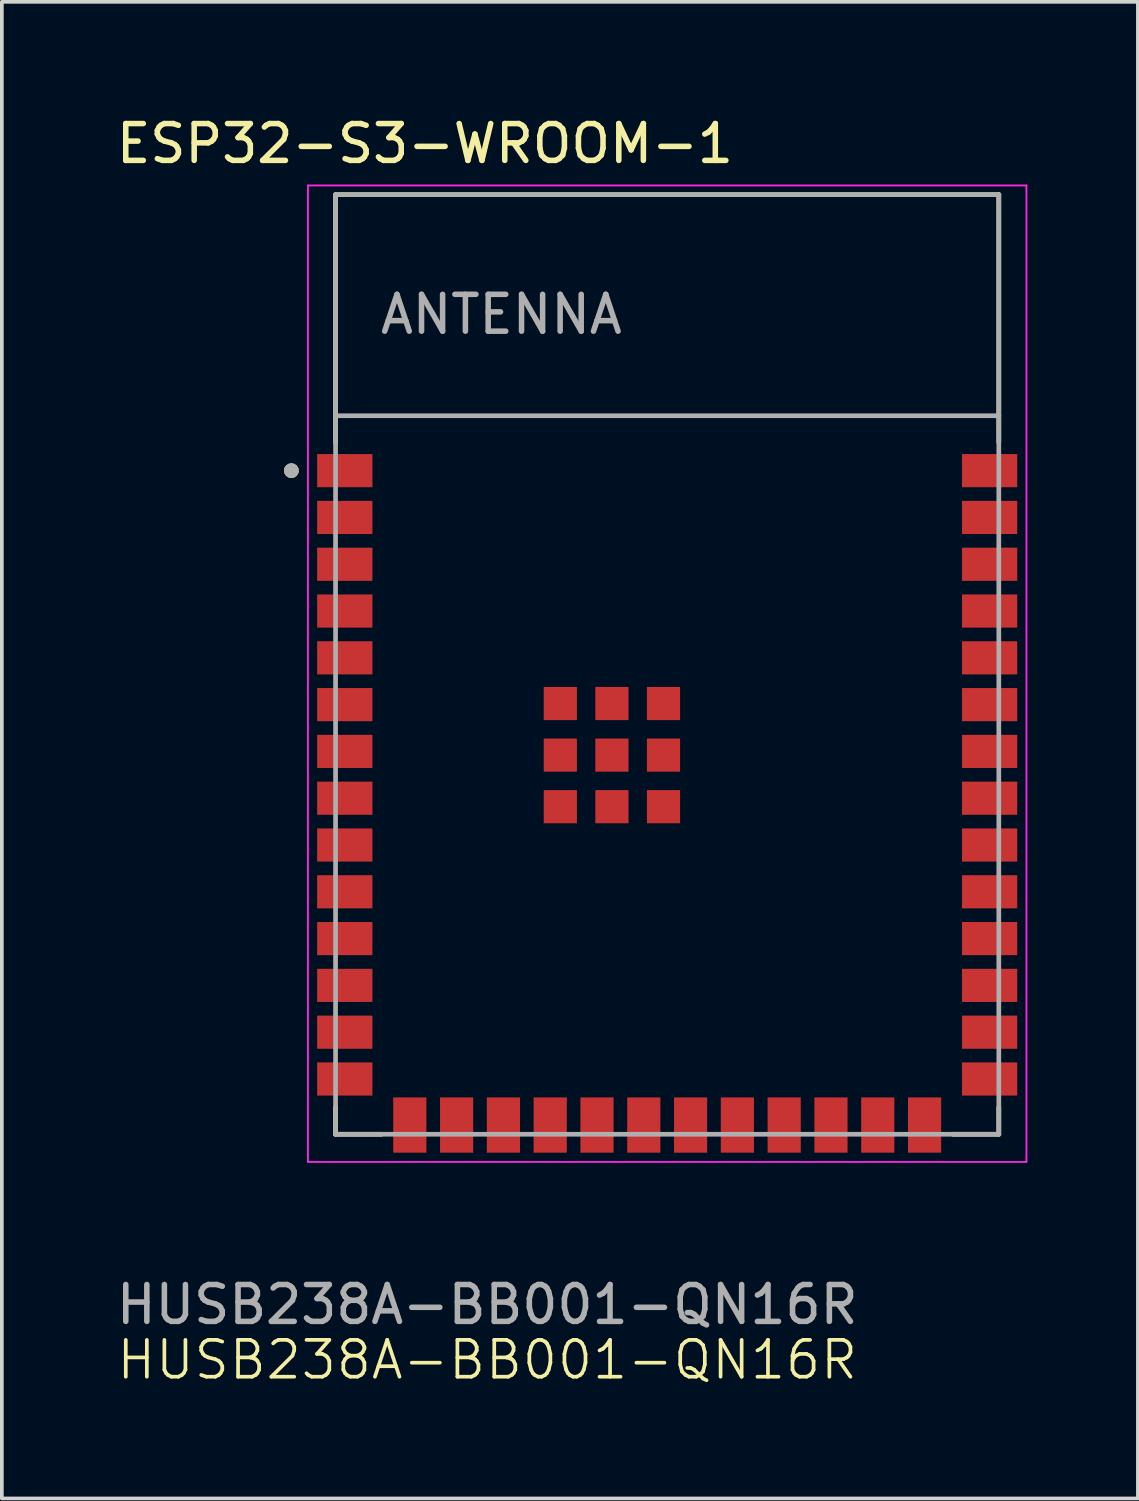
<source format=kicad_pcb>
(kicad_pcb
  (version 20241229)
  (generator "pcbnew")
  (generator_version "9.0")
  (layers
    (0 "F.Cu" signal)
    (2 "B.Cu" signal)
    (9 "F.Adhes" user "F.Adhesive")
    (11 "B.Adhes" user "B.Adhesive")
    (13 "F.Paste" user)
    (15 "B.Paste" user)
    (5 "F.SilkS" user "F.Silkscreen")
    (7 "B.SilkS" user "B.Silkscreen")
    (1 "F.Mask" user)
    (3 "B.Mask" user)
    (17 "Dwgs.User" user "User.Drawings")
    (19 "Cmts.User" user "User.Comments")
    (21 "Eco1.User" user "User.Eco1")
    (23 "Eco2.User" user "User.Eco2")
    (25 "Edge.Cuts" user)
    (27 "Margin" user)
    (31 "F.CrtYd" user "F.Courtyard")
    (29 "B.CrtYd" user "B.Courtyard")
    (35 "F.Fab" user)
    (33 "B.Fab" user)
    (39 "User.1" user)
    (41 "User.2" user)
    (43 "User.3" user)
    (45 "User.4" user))
  (footprint "ESP32-S3-WROOM-1"
    (layer "F.Cu")
    (at 15.057 14.983)
    (property "Reference" "ESP32-S3-WROOM-1" (at -6.575 -14.135 0) (layer "F.SilkS") (effects (font (size 1 1) (thickness 0.15))))
    (attr smd)
    (fp_line (start -9 -12.75) (end 9 -12.75) (stroke (width 0.127) (type solid)) (layer "F.SilkS"))
    (fp_line (start -9 -6.03) (end -9 -12.75) (stroke (width 0.127) (type solid)) (layer "F.SilkS"))
    (fp_line (start -9 12.02) (end -9 12.75) (stroke (width 0.127) (type solid)) (layer "F.SilkS"))
    (fp_line (start -9 12.75) (end -7.755 12.75) (stroke (width 0.127) (type solid)) (layer "F.SilkS"))
    (fp_line (start 9 -12.75) (end 9 -6.03) (stroke (width 0.127) (type solid)) (layer "F.SilkS"))
    (fp_line (start 9 12.02) (end 9 12.75) (stroke (width 0.127) (type solid)) (layer "F.SilkS"))
    (fp_line (start 9 12.75) (end 7.755 12.75) (stroke (width 0.127) (type solid)) (layer "F.SilkS"))
    (fp_circle (center -10.2 -5.26) (end -10.1 -5.26) (stroke (width 0.2) (type solid)) (fill no) (layer "F.SilkS"))
    (fp_line (start -9.75 -13) (end 9.75 -13) (stroke (width 0.05) (type solid)) (layer "F.CrtYd"))
    (fp_line (start -9.75 13.5) (end -9.75 -13) (stroke (width 0.05) (type solid)) (layer "F.CrtYd"))
    (fp_line (start -9.75 13.5) (end 9.75 13.5) (stroke (width 0.05) (type solid)) (layer "F.CrtYd"))
    (fp_line (start 9.75 -13) (end 9.75 13.5) (stroke (width 0.05) (type solid)) (layer "F.CrtYd"))
    (fp_line (start -9 -12.75) (end 9 -12.75) (stroke (width 0.127) (type solid)) (layer "F.Fab"))
    (fp_line (start -9 -6.75) (end -9 -12.75) (stroke (width 0.127) (type solid)) (layer "F.Fab"))
    (fp_line (start -9 -6.75) (end 9 -6.75) (stroke (width 0.127) (type solid)) (layer "F.Fab"))
    (fp_line (start -9 12.75) (end -9 -6.75) (stroke (width 0.127) (type solid)) (layer "F.Fab"))
    (fp_line (start 9 -12.75) (end 9 -6.75) (stroke (width 0.127) (type solid)) (layer "F.Fab"))
    (fp_line (start 9 -6.75) (end 9 12.75) (stroke (width 0.127) (type solid)) (layer "F.Fab"))
    (fp_line (start 9 12.75) (end -9 12.75) (stroke (width 0.127) (type solid)) (layer "F.Fab"))
    (fp_circle (center -10.2 -5.26) (end -10.1 -5.26) (stroke (width 0.2) (type solid)) (fill no) (layer "F.Fab"))
    (fp_text user "ANTENNA" (at -4.5 -9.5 0) (layer "F.Fab") (effects (font (size 1 1) (thickness 0.15))))
    (pad "1" smd rect (at -8.75 -5.26) (size 1.5 0.9) (layers "F.Cu" "F.Mask" "F.Paste"))
    (pad "2" smd rect (at -8.75 -3.99) (size 1.5 0.9) (layers "F.Cu" "F.Mask" "F.Paste"))
    (pad "3" smd rect (at -8.75 -2.72) (size 1.5 0.9) (layers "F.Cu" "F.Mask" "F.Paste"))
    (pad "4" smd rect (at -8.75 -1.45) (size 1.5 0.9) (layers "F.Cu" "F.Mask" "F.Paste"))
    (pad "5" smd rect (at -8.75 -0.18) (size 1.5 0.9) (layers "F.Cu" "F.Mask" "F.Paste"))
    (pad "6" smd rect (at -8.75 1.09) (size 1.5 0.9) (layers "F.Cu" "F.Mask" "F.Paste"))
    (pad "7" smd rect (at -8.75 2.36) (size 1.5 0.9) (layers "F.Cu" "F.Mask" "F.Paste"))
    (pad "8" smd rect (at -8.75 3.63) (size 1.5 0.9) (layers "F.Cu" "F.Mask" "F.Paste"))
    (pad "9" smd rect (at -8.75 4.9) (size 1.5 0.9) (layers "F.Cu" "F.Mask" "F.Paste"))
    (pad "10" smd rect (at -8.75 6.17) (size 1.5 0.9) (layers "F.Cu" "F.Mask" "F.Paste"))
    (pad "11" smd rect (at -8.75 7.44) (size 1.5 0.9) (layers "F.Cu" "F.Mask" "F.Paste"))
    (pad "12" smd rect (at -8.75 8.71) (size 1.5 0.9) (layers "F.Cu" "F.Mask" "F.Paste"))
    (pad "13" smd rect (at -8.75 9.98) (size 1.5 0.9) (layers "F.Cu" "F.Mask" "F.Paste"))
    (pad "14" smd rect (at -8.75 11.25) (size 1.5 0.9) (layers "F.Cu" "F.Mask" "F.Paste"))
    (pad "15" smd rect (at -6.985 12.5) (size 0.9 1.5) (layers "F.Cu" "F.Mask" "F.Paste"))
    (pad "16" smd rect (at -5.715 12.5) (size 0.9 1.5) (layers "F.Cu" "F.Mask" "F.Paste"))
    (pad "17" smd rect (at -4.445 12.5) (size 0.9 1.5) (layers "F.Cu" "F.Mask" "F.Paste"))
    (pad "18" smd rect (at -3.175 12.5) (size 0.9 1.5) (layers "F.Cu" "F.Mask" "F.Paste"))
    (pad "19" smd rect (at -1.905 12.5) (size 0.9 1.5) (layers "F.Cu" "F.Mask" "F.Paste"))
    (pad "20" smd rect (at -0.635 12.5) (size 0.9 1.5) (layers "F.Cu" "F.Mask" "F.Paste"))
    (pad "21" smd rect (at 0.635 12.5) (size 0.9 1.5) (layers "F.Cu" "F.Mask" "F.Paste"))
    (pad "22" smd rect (at 1.905 12.5) (size 0.9 1.5) (layers "F.Cu" "F.Mask" "F.Paste"))
    (pad "23" smd rect (at 3.175 12.5) (size 0.9 1.5) (layers "F.Cu" "F.Mask" "F.Paste"))
    (pad "24" smd rect (at 4.445 12.5) (size 0.9 1.5) (layers "F.Cu" "F.Mask" "F.Paste"))
    (pad "25" smd rect (at 5.715 12.5) (size 0.9 1.5) (layers "F.Cu" "F.Mask" "F.Paste"))
    (pad "26" smd rect (at 6.985 12.5) (size 0.9 1.5) (layers "F.Cu" "F.Mask" "F.Paste"))
    (pad "27" smd rect (at 8.75 11.25) (size 1.5 0.9) (layers "F.Cu" "F.Mask" "F.Paste"))
    (pad "28" smd rect (at 8.75 9.98) (size 1.5 0.9) (layers "F.Cu" "F.Mask" "F.Paste"))
    (pad "29" smd rect (at 8.75 8.71) (size 1.5 0.9) (layers "F.Cu" "F.Mask" "F.Paste"))
    (pad "30" smd rect (at 8.75 7.44) (size 1.5 0.9) (layers "F.Cu" "F.Mask" "F.Paste"))
    (pad "31" smd rect (at 8.75 6.17) (size 1.5 0.9) (layers "F.Cu" "F.Mask" "F.Paste"))
    (pad "32" smd rect (at 8.75 4.9) (size 1.5 0.9) (layers "F.Cu" "F.Mask" "F.Paste"))
    (pad "33" smd rect (at 8.75 3.63) (size 1.5 0.9) (layers "F.Cu" "F.Mask" "F.Paste"))
    (pad "34" smd rect (at 8.75 2.36) (size 1.5 0.9) (layers "F.Cu" "F.Mask" "F.Paste"))
    (pad "35" smd rect (at 8.75 1.09) (size 1.5 0.9) (layers "F.Cu" "F.Mask" "F.Paste"))
    (pad "36" smd rect (at 8.75 -0.18) (size 1.5 0.9) (layers "F.Cu" "F.Mask" "F.Paste"))
    (pad "37" smd rect (at 8.75 -1.45) (size 1.5 0.9) (layers "F.Cu" "F.Mask" "F.Paste"))
    (pad "38" smd rect (at 8.75 -2.72) (size 1.5 0.9) (layers "F.Cu" "F.Mask" "F.Paste"))
    (pad "39" smd rect (at 8.75 -3.99) (size 1.5 0.9) (layers "F.Cu" "F.Mask" "F.Paste"))
    (pad "40" smd rect (at 8.75 -5.26) (size 1.5 0.9) (layers "F.Cu" "F.Mask" "F.Paste"))
    (pad "41_1" smd rect (at -1.5 2.46) (size 0.9 0.9) (layers "F.Cu" "F.Mask" "F.Paste"))
    (pad "41_2" smd rect (at -2.9 2.46) (size 0.9 0.9) (layers "F.Cu" "F.Mask" "F.Paste"))
    (pad "41_3" smd rect (at -0.1 2.46) (size 0.9 0.9) (layers "F.Cu" "F.Mask" "F.Paste"))
    (pad "41_4" smd rect (at -2.9 3.86) (size 0.9 0.9) (layers "F.Cu" "F.Mask" "F.Paste"))
    (pad "41_5" smd rect (at -1.5 3.86) (size 0.9 0.9) (layers "F.Cu" "F.Mask" "F.Paste"))
    (pad "41_6" smd rect (at -0.1 3.86) (size 0.9 0.9) (layers "F.Cu" "F.Mask" "F.Paste"))
    (pad "41_7" smd rect (at -2.9 1.06) (size 0.9 0.9) (layers "F.Cu" "F.Mask" "F.Paste"))
    (pad "41_8" smd rect (at -1.5 1.06) (size 0.9 0.9) (layers "F.Cu" "F.Mask" "F.Paste"))
    (pad "41_9" smd rect (at -0.1 1.06) (size 0.9 0.9) (layers "F.Cu" "F.Mask" "F.Paste"))
    (zone (net_name "") (layer "F.Cu") (hatch full 0.508) (connect_pads) (min_thickness 0.01) (filled_areas_thickness no) (keepout (tracks not_allowed) (vias not_allowed) (pads not_allowed) (copperpour not_allowed) (footprints allowed)) (placement (enabled no)) (fill) (polygon (pts (xy 6.057 2.233) (xy 24.057 2.233) (xy 24.057 8.233) (xy 6.057 8.233))))
    (zone (net_name "") (layers "F.Cu" "B.Cu") (hatch full 0.508) (connect_pads) (min_thickness 0.01) (filled_areas_thickness no) (keepout (tracks allowed) (vias not_allowed) (pads allowed) (copperpour allowed) (footprints allowed)) (placement (enabled no)) (fill) (polygon (pts (xy 6.057 2.233) (xy 24.057 2.233) (xy 24.057 8.233) (xy 6.057 8.233))))
    (zone (net_name "") (layer "B.Cu") (hatch full 0.508) (connect_pads) (min_thickness 0.01) (filled_areas_thickness no) (keepout (tracks not_allowed) (vias not_allowed) (pads not_allowed) (copperpour not_allowed) (footprints allowed)) (placement (enabled no)) (fill) (polygon (pts (xy 6.057 2.233) (xy 24.057 2.233) (xy 24.057 8.233) (xy 6.057 8.233)))))
  (footprint "HUSB238A-BB001-QN16R"
    (layer "F.Cu")
    (at 10.173 34.356)
    (property "Reference" "HUSB238A-BB001-QN16R" (at 0 -0.5 0) (unlocked yes) (layer "F.SilkS") (effects (font (size 1 1) (thickness 0.1))))
    (attr smd)
    (fp_text user "${REFERENCE}" (at 0 -2 0) (unlocked yes) (layer "F.Fab") (effects (font (size 1 1) (thickness 0.15)))))
  (gr_rect
    (start -3 -3)
    (end 27.832 37.617)
    (stroke (width 0.1) (type default))
    (fill no)
    (layer "Edge.Cuts")))
</source>
